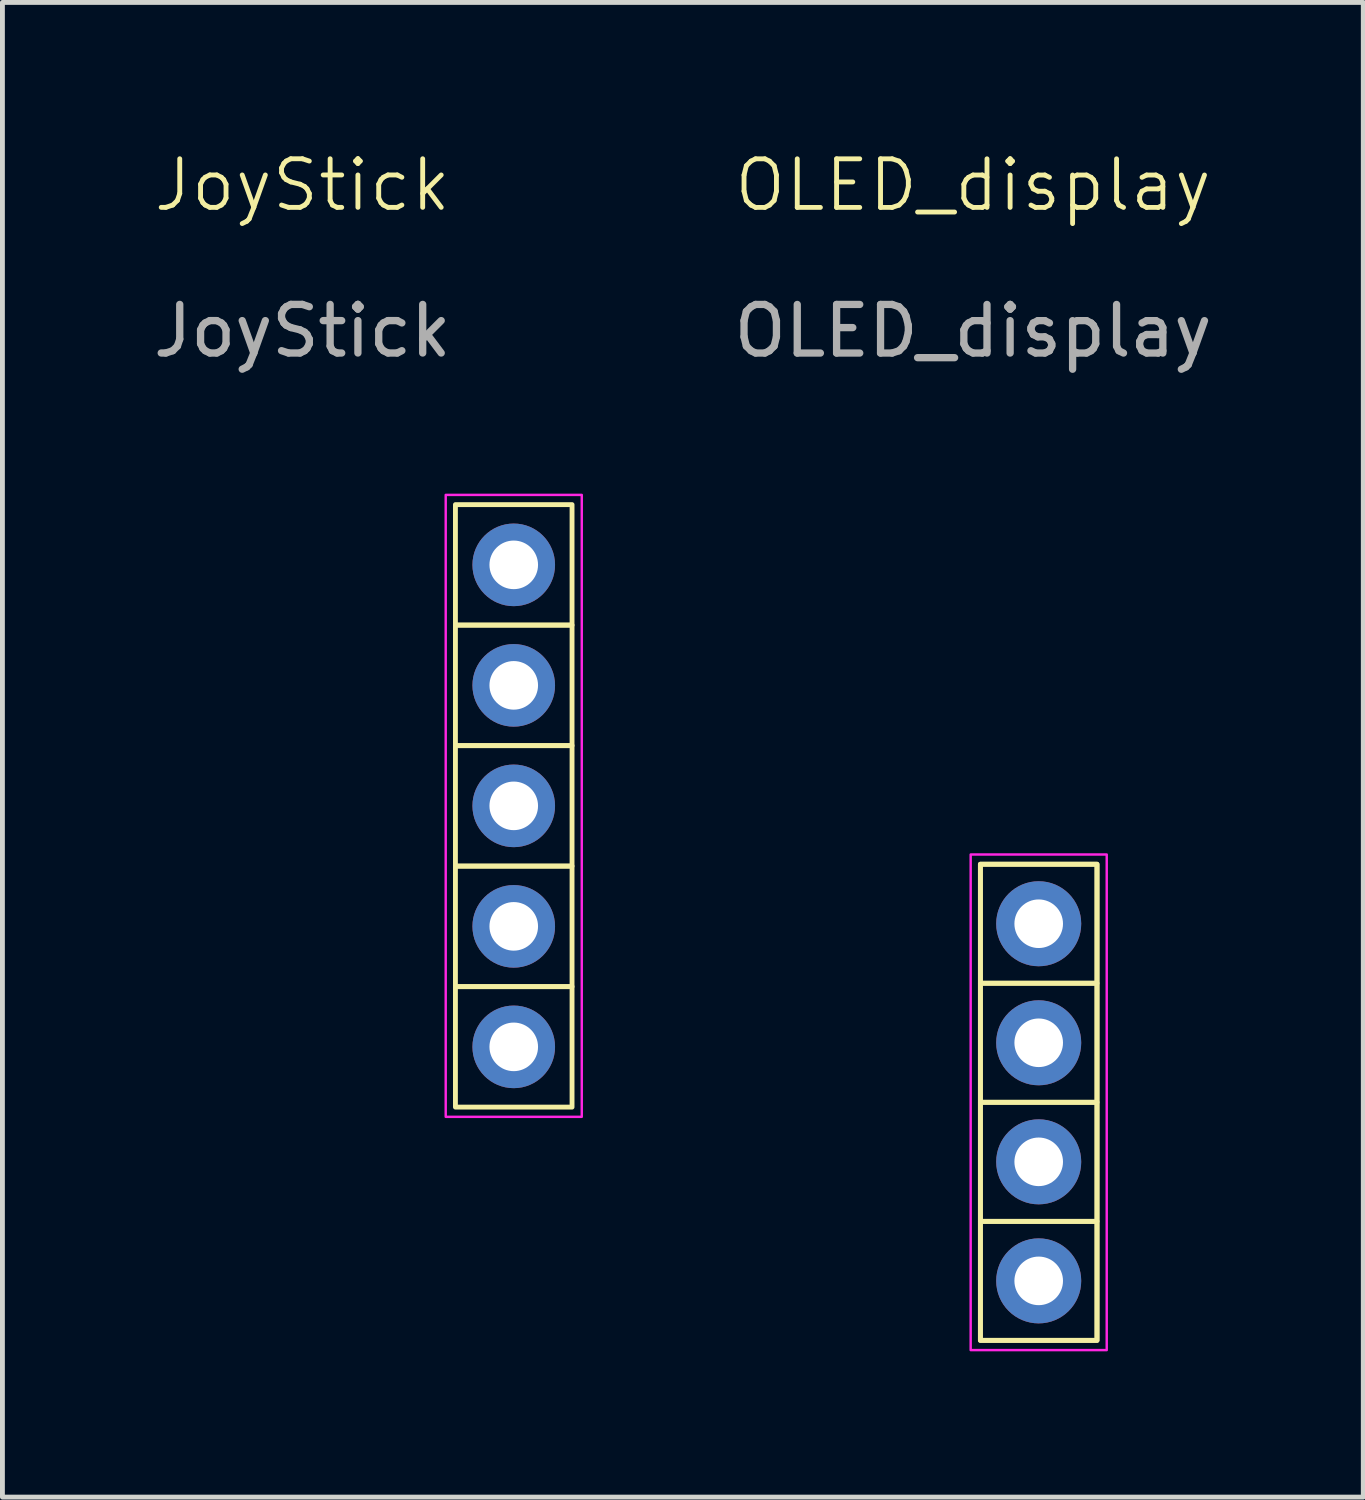
<source format=kicad_pcb>
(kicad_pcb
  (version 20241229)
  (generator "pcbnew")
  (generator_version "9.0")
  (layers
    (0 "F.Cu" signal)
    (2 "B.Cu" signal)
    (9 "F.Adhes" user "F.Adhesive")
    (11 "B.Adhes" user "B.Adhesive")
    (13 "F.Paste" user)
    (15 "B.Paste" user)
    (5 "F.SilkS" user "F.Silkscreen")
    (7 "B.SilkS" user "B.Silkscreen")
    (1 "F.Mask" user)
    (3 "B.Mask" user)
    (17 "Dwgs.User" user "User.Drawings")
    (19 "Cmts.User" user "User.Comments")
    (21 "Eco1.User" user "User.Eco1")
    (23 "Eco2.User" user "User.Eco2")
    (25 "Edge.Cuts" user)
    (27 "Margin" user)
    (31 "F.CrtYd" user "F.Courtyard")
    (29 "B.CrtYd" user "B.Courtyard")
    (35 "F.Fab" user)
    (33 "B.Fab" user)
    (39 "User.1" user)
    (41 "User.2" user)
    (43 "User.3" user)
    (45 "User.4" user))
  (footprint "JoyStick"
    (layer "F.Cu")
    (at 6.323 7.335)
    (property "Reference" "JoyStick" (at -3.15 -6.575 0) (unlocked yes) (layer "F.SilkS") (effects (font (size 1 1) (thickness 0.1))))
    (attr smd)
    (fp_rect (start 0 0) (end 2.4 2.48) (stroke (width 0.1) (type solid)) (fill no) (layer "F.SilkS"))
    (fp_rect (start 0 2.48) (end 2.4 4.96) (stroke (width 0.1) (type solid)) (fill no) (layer "F.SilkS"))
    (fp_rect (start 0 4.96) (end 2.4 7.44) (stroke (width 0.1) (type solid)) (fill no) (layer "F.SilkS"))
    (fp_rect (start 0 7.44) (end 2.4 9.92) (stroke (width 0.1) (type solid)) (fill no) (layer "F.SilkS"))
    (fp_rect (start 0 9.92) (end 2.4 12.4) (stroke (width 0.1) (type solid)) (fill no) (layer "F.SilkS"))
    (fp_rect (start -0.2 -0.2) (end 2.6 12.6) (stroke (width 0.05) (type solid)) (fill no) (layer "F.CrtYd"))
    (fp_text user "${REFERENCE}" (at -3.15 -3.575 0) (unlocked yes) (layer "F.Fab") (effects (font (size 1 1) (thickness 0.15))))
    (pad "1" thru_hole circle (at 1.2 1.24) (size 1.7 1.7) (drill 1) (layers "*.Cu" "*.Mask"))
    (pad "2" thru_hole circle (at 1.2 3.72) (size 1.7 1.7) (drill 1) (layers "*.Cu" "*.Mask"))
    (pad "3" thru_hole circle (at 1.2 6.2) (size 1.7 1.7) (drill 1) (layers "*.Cu" "*.Mask"))
    (pad "4" thru_hole circle (at 1.2 8.68) (size 1.7 1.7) (drill 1) (layers "*.Cu" "*.Mask"))
    (pad "5" thru_hole circle (at 1.2 11.16) (size 1.7 1.7) (drill 1) (layers "*.Cu" "*.Mask")))
  (footprint "OLED_display"
    (layer "F.Cu")
    (at 17.127 14.736)
    (property "Reference" "OLED_display" (at -0.15 -13.975 0) (unlocked yes) (layer "F.SilkS") (effects (font (size 1 1) (thickness 0.1))))
    (attr smd)
    (fp_rect (start 0 0) (end 2.4 2.45) (stroke (width 0.1) (type solid)) (fill no) (layer "F.SilkS"))
    (fp_rect (start 0 0) (end 2.4 9.8) (stroke (width 0.1) (type solid)) (fill no) (layer "F.SilkS"))
    (fp_rect (start 0 2.45) (end 2.4 4.9) (stroke (width 0.1) (type default)) (fill no) (layer "F.SilkS"))
    (fp_rect (start 0 4.9) (end 2.4 7.35) (stroke (width 0.1) (type solid)) (fill no) (layer "F.SilkS"))
    (fp_rect (start 0 7.35) (end 2.4 9.8) (stroke (width 0.1) (type default)) (fill no) (layer "F.SilkS"))
    (fp_rect (start -0.2 -0.2) (end 2.6 10) (stroke (width 0.05) (type solid)) (fill no) (layer "F.CrtYd"))
    (fp_text user "${REFERENCE}" (at -0.15 -10.975 0) (unlocked yes) (layer "F.Fab") (effects (font (size 1 1) (thickness 0.15))))
    (pad "1" thru_hole circle (at 1.2 1.225) (size 1.75 1.75) (drill 1) (layers "*.Cu" "*.Mask"))
    (pad "2" thru_hole circle (at 1.2 3.675) (size 1.75 1.75) (drill 1) (layers "*.Cu" "*.Mask"))
    (pad "3" thru_hole circle (at 1.2 6.125) (size 1.75 1.75) (drill 1) (layers "*.Cu" "*.Mask"))
    (pad "4" thru_hole circle (at 1.2 8.575) (size 1.75 1.75) (drill 1) (layers "*.Cu" "*.Mask")))
  (gr_rect
    (start -3 -3)
    (end 25.007 27.761)
    (stroke (width 0.1) (type default))
    (fill no)
    (layer "Edge.Cuts")))
</source>
